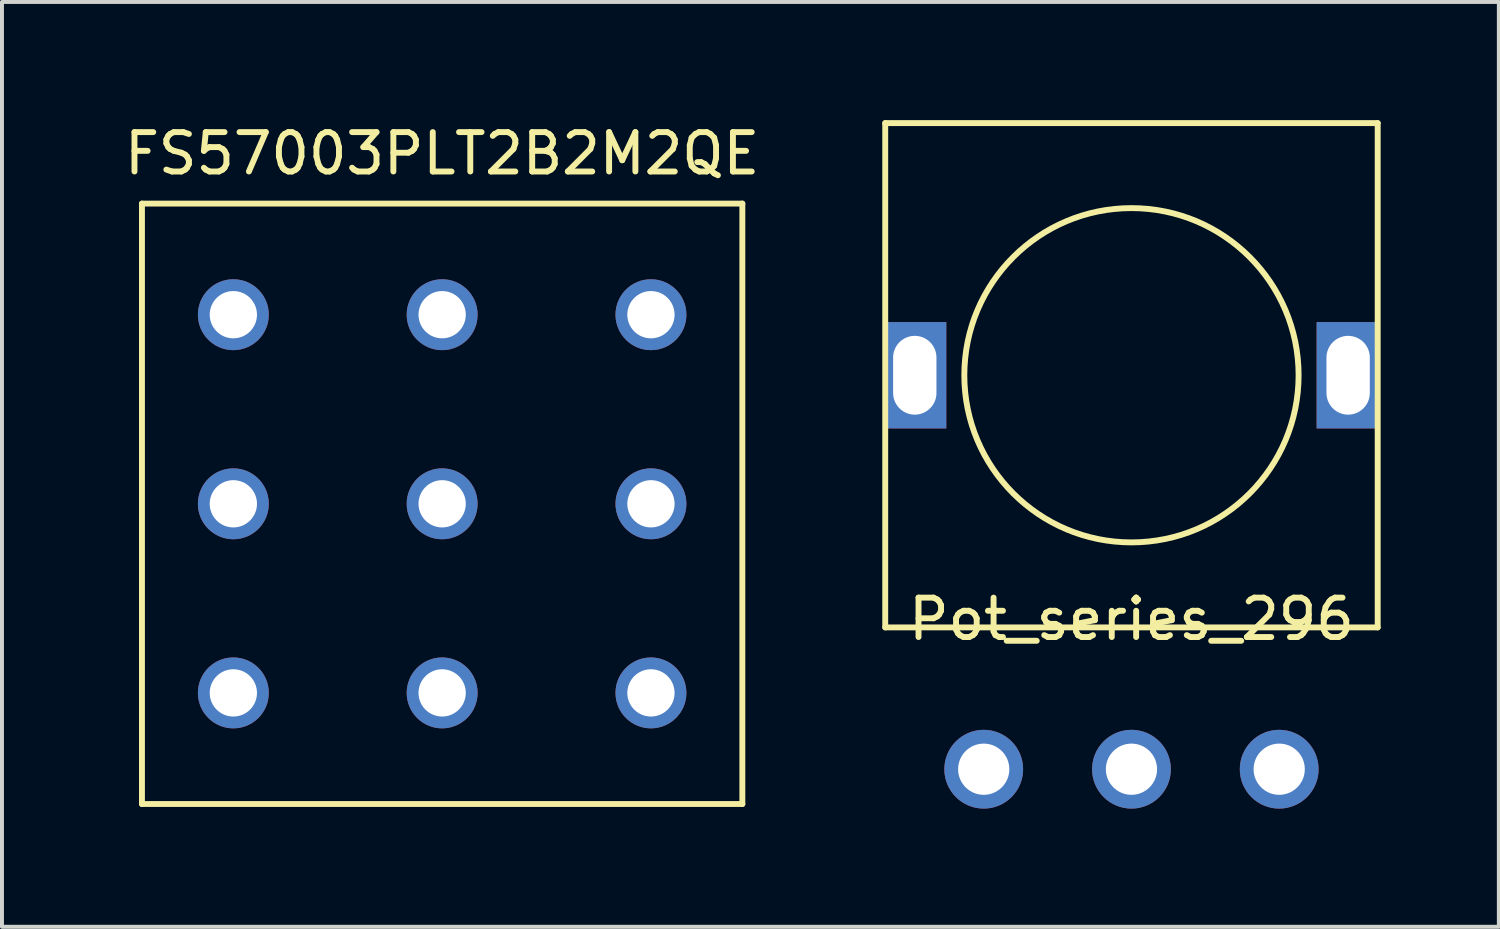
<source format=kicad_pcb>
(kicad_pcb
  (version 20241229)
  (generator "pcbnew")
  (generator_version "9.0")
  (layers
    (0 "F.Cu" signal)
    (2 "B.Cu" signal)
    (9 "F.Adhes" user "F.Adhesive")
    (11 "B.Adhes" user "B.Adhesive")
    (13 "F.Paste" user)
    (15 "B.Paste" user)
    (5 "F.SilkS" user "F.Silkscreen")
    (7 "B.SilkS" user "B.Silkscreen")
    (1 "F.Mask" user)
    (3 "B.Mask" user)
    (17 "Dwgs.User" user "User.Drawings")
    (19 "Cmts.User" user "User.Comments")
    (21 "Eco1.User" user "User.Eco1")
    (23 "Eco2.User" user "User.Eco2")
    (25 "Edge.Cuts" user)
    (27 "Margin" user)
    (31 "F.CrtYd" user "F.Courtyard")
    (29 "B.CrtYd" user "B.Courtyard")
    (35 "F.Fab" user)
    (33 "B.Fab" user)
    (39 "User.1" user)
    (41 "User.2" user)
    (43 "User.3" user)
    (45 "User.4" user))
  (footprint "FS57003PLT2B2M2QE"
    (layer "F.Cu")
    (at 8.173 9.738)
    (property "Reference" "FS57003PLT2B2M2QE" (at 0 -8.89 0) (layer "F.SilkS") (effects (font (size 1 1) (thickness 0.15))))
    (attr through_hole)
    (fp_line (start -7.62 -7.62) (end 7.62 -7.62) (stroke (width 0.15) (type solid)) (layer "F.SilkS"))
    (fp_line (start -7.62 7.62) (end -7.62 -7.62) (stroke (width 0.15) (type solid)) (layer "F.SilkS"))
    (fp_line (start 7.62 -7.62) (end 7.62 7.62) (stroke (width 0.15) (type solid)) (layer "F.SilkS"))
    (fp_line (start 7.62 7.62) (end -7.62 7.62) (stroke (width 0.15) (type solid)) (layer "F.SilkS"))
    (pad "1" thru_hole circle (at -5.3 4.8) (size 1.8 1.8) (drill 1.2) (layers "*.Cu" "*.Mask"))
    (pad "2" thru_hole circle (at -5.3 0) (size 1.8 1.8) (drill 1.2) (layers "*.Cu" "*.Mask"))
    (pad "3" thru_hole circle (at -5.3 -4.8) (size 1.8 1.8) (drill 1.2) (layers "*.Cu" "*.Mask"))
    (pad "4" thru_hole circle (at 0 4.8) (size 1.8 1.8) (drill 1.2) (layers "*.Cu" "*.Mask"))
    (pad "5" thru_hole circle (at 0 0) (size 1.8 1.8) (drill 1.2) (layers "*.Cu" "*.Mask"))
    (pad "6" thru_hole circle (at 0 -4.8) (size 1.8 1.8) (drill 1.2) (layers "*.Cu" "*.Mask"))
    (pad "7" thru_hole circle (at 5.3 4.8) (size 1.8 1.8) (drill 1.2) (layers "*.Cu" "*.Mask"))
    (pad "8" thru_hole circle (at 5.3 0) (size 1.8 1.8) (drill 1.2) (layers "*.Cu" "*.Mask"))
    (pad "9" thru_hole circle (at 5.3 -4.8) (size 1.8 1.8) (drill 1.2) (layers "*.Cu" "*.Mask")))
  (footprint "Pot_series_296"
    (layer "F.Cu")
    (at 25.67 16.475)
    (property "Reference" "Pot_series_296" (at 0 -3.81 0) (layer "F.SilkS") (effects (font (size 1 1) (thickness 0.15))))
    (attr through_hole)
    (fp_line (start -6.25 -16.4) (end 6.25 -16.4) (stroke (width 0.15) (type solid)) (layer "F.SilkS"))
    (fp_line (start -6.25 -3.6) (end -6.25 -16.4) (stroke (width 0.15) (type solid)) (layer "F.SilkS"))
    (fp_line (start 6.25 -16.4) (end 6.25 -3.6) (stroke (width 0.15) (type solid)) (layer "F.SilkS"))
    (fp_line (start 6.25 -3.6) (end -6.25 -3.6) (stroke (width 0.15) (type solid)) (layer "F.SilkS"))
    (fp_circle (center 0 -10) (end 3 -13) (stroke (width 0.15) (type solid)) (fill no) (layer "F.SilkS"))
    (pad "1" thru_hole circle (at -3.75 0) (size 2 2) (drill 1.3) (layers "*.Cu" "*.Mask"))
    (pad "2" thru_hole circle (at 0 0) (size 2 2) (drill 1.3) (layers "*.Cu" "*.Mask"))
    (pad "3" thru_hole circle (at 3.75 0) (size 2 2) (drill 1.3) (layers "*.Cu" "*.Mask"))
    (pad "4" thru_hole rect (at -5.5 -10) (size 1.6 2.7) (drill oval 1.1 2) (layers "*.Cu" "*.Mask"))
    (pad "5" thru_hole rect (at 5.5 -10) (size 1.6 2.7) (drill oval 1.1 2) (layers "*.Cu" "*.Mask")))
  (gr_rect
    (start -3 -3)
    (end 34.995 20.475)
    (stroke (width 0.1) (type default))
    (fill no)
    (layer "Edge.Cuts")))
</source>
